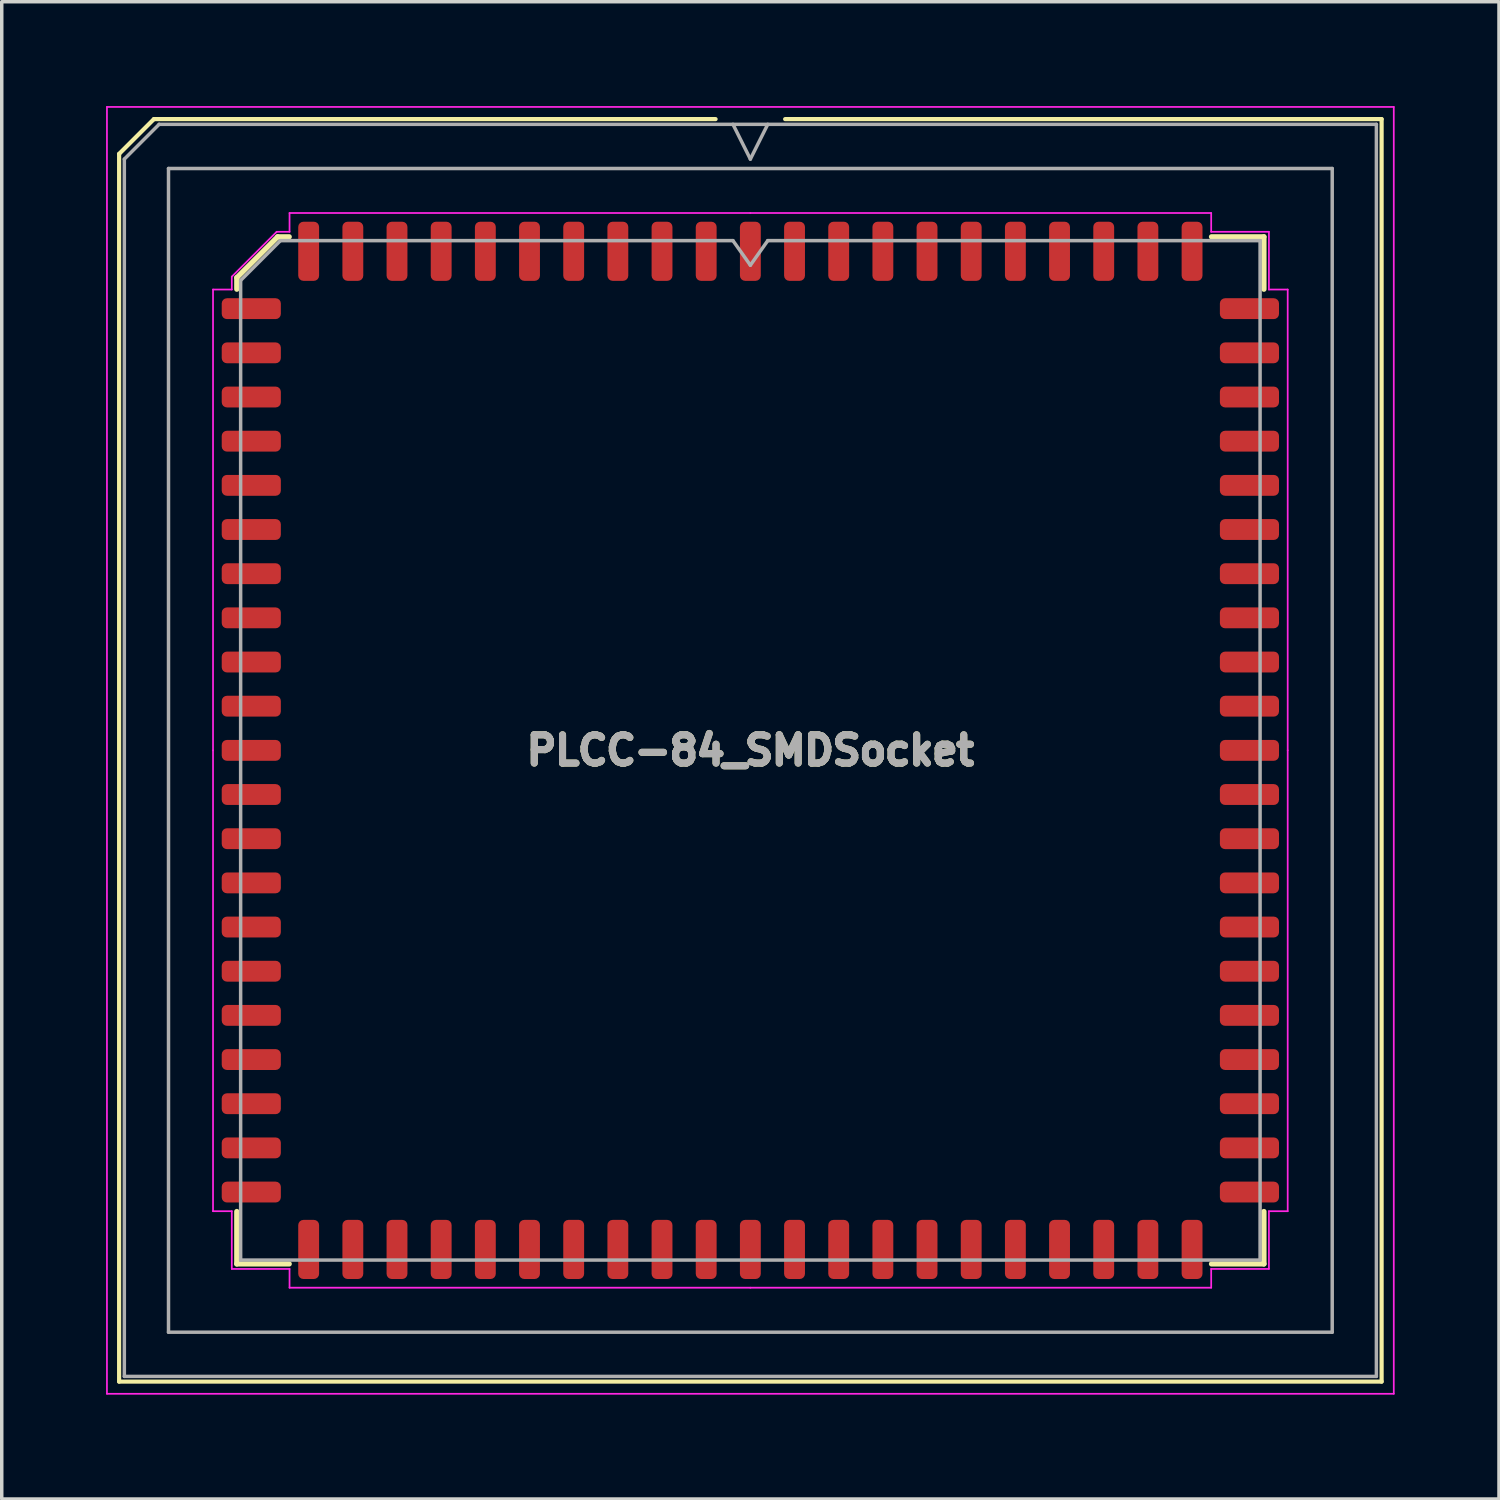
<source format=kicad_pcb>
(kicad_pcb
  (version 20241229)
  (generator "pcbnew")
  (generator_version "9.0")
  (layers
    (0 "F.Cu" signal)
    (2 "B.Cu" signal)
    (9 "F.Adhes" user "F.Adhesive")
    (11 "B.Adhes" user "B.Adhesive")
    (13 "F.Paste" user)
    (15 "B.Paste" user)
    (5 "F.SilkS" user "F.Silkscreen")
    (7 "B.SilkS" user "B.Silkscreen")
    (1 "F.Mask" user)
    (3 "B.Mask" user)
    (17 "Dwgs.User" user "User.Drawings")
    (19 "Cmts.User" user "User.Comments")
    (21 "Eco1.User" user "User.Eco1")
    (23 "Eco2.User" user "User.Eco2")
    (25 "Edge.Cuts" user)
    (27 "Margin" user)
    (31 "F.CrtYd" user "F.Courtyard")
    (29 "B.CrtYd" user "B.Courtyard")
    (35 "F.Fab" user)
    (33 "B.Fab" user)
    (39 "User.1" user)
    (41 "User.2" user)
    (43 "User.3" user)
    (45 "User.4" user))
  (footprint "PLCC-84_SMDSocket"
    (layer "F.Cu")
    (at 18.525 18.525)
    (property "Reference" "PLCC-84_SMDSocket" (at 0 0 0) (layer "F.Fab") (effects (font (size 0.813 0.813) (thickness 0.203))))
    (attr smd)
    (fp_line (start -18.15 -17.15) (end -18.15 18.15) (stroke (width 0.12) (type solid)) (layer "F.SilkS"))
    (fp_line (start -18.15 18.15) (end 18.15 18.15) (stroke (width 0.12) (type solid)) (layer "F.SilkS"))
    (fp_line (start -17.15 -18.15) (end -18.15 -17.15) (stroke (width 0.12) (type solid)) (layer "F.SilkS"))
    (fp_line (start -14.766 -13.591) (end -14.766 -13.26) (stroke (width 0.152) (type solid)) (layer "F.SilkS"))
    (fp_line (start -14.766 14.766) (end -14.766 13.26) (stroke (width 0.152) (type solid)) (layer "F.SilkS"))
    (fp_line (start -13.591 -14.766) (end -14.766 -13.591) (stroke (width 0.152) (type solid)) (layer "F.SilkS"))
    (fp_line (start -13.26 -14.766) (end -13.591 -14.766) (stroke (width 0.152) (type solid)) (layer "F.SilkS"))
    (fp_line (start -13.26 14.766) (end -14.766 14.766) (stroke (width 0.152) (type solid)) (layer "F.SilkS"))
    (fp_line (start -1 -18.15) (end -17.15 -18.15) (stroke (width 0.12) (type solid)) (layer "F.SilkS"))
    (fp_line (start 13.26 -14.766) (end 14.766 -14.766) (stroke (width 0.152) (type solid)) (layer "F.SilkS"))
    (fp_line (start 13.26 14.766) (end 14.766 14.766) (stroke (width 0.152) (type solid)) (layer "F.SilkS"))
    (fp_line (start 14.766 -14.766) (end 14.766 -13.26) (stroke (width 0.152) (type solid)) (layer "F.SilkS"))
    (fp_line (start 14.766 14.766) (end 14.766 13.26) (stroke (width 0.152) (type solid)) (layer "F.SilkS"))
    (fp_line (start 18.15 -18.15) (end 1 -18.15) (stroke (width 0.12) (type solid)) (layer "F.SilkS"))
    (fp_line (start 18.15 18.15) (end 18.15 -18.15) (stroke (width 0.12) (type solid)) (layer "F.SilkS"))
    (fp_line (start -18.5 -18.5) (end -18.5 18.5) (stroke (width 0.05) (type solid)) (layer "F.CrtYd"))
    (fp_line (start -18.5 18.5) (end 18.5 18.5) (stroke (width 0.05) (type solid)) (layer "F.CrtYd"))
    (fp_line (start -15.45 -13.25) (end -15.45 0) (stroke (width 0.05) (type solid)) (layer "F.CrtYd"))
    (fp_line (start -15.45 13.25) (end -15.45 0) (stroke (width 0.05) (type solid)) (layer "F.CrtYd"))
    (fp_line (start -14.91 -13.62) (end -14.91 -13.25) (stroke (width 0.05) (type solid)) (layer "F.CrtYd"))
    (fp_line (start -14.91 -13.25) (end -15.45 -13.25) (stroke (width 0.05) (type solid)) (layer "F.CrtYd"))
    (fp_line (start -14.91 13.25) (end -15.45 13.25) (stroke (width 0.05) (type solid)) (layer "F.CrtYd"))
    (fp_line (start -14.91 14.91) (end -14.91 13.25) (stroke (width 0.05) (type solid)) (layer "F.CrtYd"))
    (fp_line (start -13.62 -14.91) (end -14.91 -13.62) (stroke (width 0.05) (type solid)) (layer "F.CrtYd"))
    (fp_line (start -13.25 -15.45) (end -13.25 -14.91) (stroke (width 0.05) (type solid)) (layer "F.CrtYd"))
    (fp_line (start -13.25 -14.91) (end -13.62 -14.91) (stroke (width 0.05) (type solid)) (layer "F.CrtYd"))
    (fp_line (start -13.25 14.91) (end -14.91 14.91) (stroke (width 0.05) (type solid)) (layer "F.CrtYd"))
    (fp_line (start -13.25 15.45) (end -13.25 14.91) (stroke (width 0.05) (type solid)) (layer "F.CrtYd"))
    (fp_line (start 0 -15.45) (end -13.25 -15.45) (stroke (width 0.05) (type solid)) (layer "F.CrtYd"))
    (fp_line (start 0 -15.45) (end 13.25 -15.45) (stroke (width 0.05) (type solid)) (layer "F.CrtYd"))
    (fp_line (start 0 15.45) (end -13.25 15.45) (stroke (width 0.05) (type solid)) (layer "F.CrtYd"))
    (fp_line (start 0 15.45) (end 13.25 15.45) (stroke (width 0.05) (type solid)) (layer "F.CrtYd"))
    (fp_line (start 13.25 -15.45) (end 13.25 -14.91) (stroke (width 0.05) (type solid)) (layer "F.CrtYd"))
    (fp_line (start 13.25 -14.91) (end 14.91 -14.91) (stroke (width 0.05) (type solid)) (layer "F.CrtYd"))
    (fp_line (start 13.25 14.91) (end 14.91 14.91) (stroke (width 0.05) (type solid)) (layer "F.CrtYd"))
    (fp_line (start 13.25 15.45) (end 13.25 14.91) (stroke (width 0.05) (type solid)) (layer "F.CrtYd"))
    (fp_line (start 14.91 -14.91) (end 14.91 -13.25) (stroke (width 0.05) (type solid)) (layer "F.CrtYd"))
    (fp_line (start 14.91 -13.25) (end 15.45 -13.25) (stroke (width 0.05) (type solid)) (layer "F.CrtYd"))
    (fp_line (start 14.91 13.25) (end 15.45 13.25) (stroke (width 0.05) (type solid)) (layer "F.CrtYd"))
    (fp_line (start 14.91 14.91) (end 14.91 13.25) (stroke (width 0.05) (type solid)) (layer "F.CrtYd"))
    (fp_line (start 15.45 -13.25) (end 15.45 0) (stroke (width 0.05) (type solid)) (layer "F.CrtYd"))
    (fp_line (start 15.45 13.25) (end 15.45 0) (stroke (width 0.05) (type solid)) (layer "F.CrtYd"))
    (fp_line (start 18.5 -18.5) (end -18.5 -18.5) (stroke (width 0.05) (type solid)) (layer "F.CrtYd"))
    (fp_line (start 18.5 18.5) (end 18.5 -18.5) (stroke (width 0.05) (type solid)) (layer "F.CrtYd"))
    (fp_line (start -18 -17) (end -18 18) (stroke (width 0.1) (type solid)) (layer "F.Fab"))
    (fp_line (start -18 18) (end 18 18) (stroke (width 0.1) (type solid)) (layer "F.Fab"))
    (fp_line (start -17 -18) (end -18 -17) (stroke (width 0.1) (type solid)) (layer "F.Fab"))
    (fp_line (start -16.73 -16.73) (end -16.73 16.73) (stroke (width 0.1) (type solid)) (layer "F.Fab"))
    (fp_line (start -16.73 16.73) (end 16.73 16.73) (stroke (width 0.1) (type solid)) (layer "F.Fab"))
    (fp_line (start -14.656 -13.513) (end -13.513 -14.656) (stroke (width 0.1) (type solid)) (layer "F.Fab"))
    (fp_line (start -14.656 14.656) (end -14.656 -13.513) (stroke (width 0.1) (type solid)) (layer "F.Fab"))
    (fp_line (start -13.513 -14.656) (end -0.5 -14.656) (stroke (width 0.1) (type solid)) (layer "F.Fab"))
    (fp_line (start -0.5 -18) (end 0 -17) (stroke (width 0.1) (type solid)) (layer "F.Fab"))
    (fp_line (start -0.5 -14.656) (end 0 -13.949) (stroke (width 0.1) (type solid)) (layer "F.Fab"))
    (fp_line (start 0 -17) (end 0.5 -18) (stroke (width 0.1) (type solid)) (layer "F.Fab"))
    (fp_line (start 0 -13.949) (end 0.5 -14.656) (stroke (width 0.1) (type solid)) (layer "F.Fab"))
    (fp_line (start 0.5 -14.656) (end 14.656 -14.656) (stroke (width 0.1) (type solid)) (layer "F.Fab"))
    (fp_line (start 14.656 -14.656) (end 14.656 14.656) (stroke (width 0.1) (type solid)) (layer "F.Fab"))
    (fp_line (start 14.656 14.656) (end -14.656 14.656) (stroke (width 0.1) (type solid)) (layer "F.Fab"))
    (fp_line (start 16.73 -16.73) (end -16.73 -16.73) (stroke (width 0.1) (type solid)) (layer "F.Fab"))
    (fp_line (start 16.73 16.73) (end 16.73 -16.73) (stroke (width 0.1) (type solid)) (layer "F.Fab"))
    (fp_line (start 18 -18) (end -17 -18) (stroke (width 0.1) (type solid)) (layer "F.Fab"))
    (fp_line (start 18 18) (end 18 -18) (stroke (width 0.1) (type solid)) (layer "F.Fab"))
    (fp_text user "${REFERENCE}" (at 0 0 0) (layer "F.SilkS") (effects (font (size 0.813 0.813) (thickness 0.203))))
    (pad "1" smd roundrect (at 0 -14.35) (size 0.6 1.7) (layers "F.Cu" "F.Mask" "F.Paste") (roundrect_rratio 0.25))
    (pad "2" smd roundrect (at -1.27 -14.35) (size 0.6 1.7) (layers "F.Cu" "F.Mask" "F.Paste") (roundrect_rratio 0.25))
    (pad "3" smd roundrect (at -2.54 -14.35) (size 0.6 1.7) (layers "F.Cu" "F.Mask" "F.Paste") (roundrect_rratio 0.25))
    (pad "4" smd roundrect (at -3.81 -14.35) (size 0.6 1.7) (layers "F.Cu" "F.Mask" "F.Paste") (roundrect_rratio 0.25))
    (pad "5" smd roundrect (at -5.08 -14.35) (size 0.6 1.7) (layers "F.Cu" "F.Mask" "F.Paste") (roundrect_rratio 0.25))
    (pad "6" smd roundrect (at -6.35 -14.35) (size 0.6 1.7) (layers "F.Cu" "F.Mask" "F.Paste") (roundrect_rratio 0.25))
    (pad "7" smd roundrect (at -7.62 -14.35) (size 0.6 1.7) (layers "F.Cu" "F.Mask" "F.Paste") (roundrect_rratio 0.25))
    (pad "8" smd roundrect (at -8.89 -14.35) (size 0.6 1.7) (layers "F.Cu" "F.Mask" "F.Paste") (roundrect_rratio 0.25))
    (pad "9" smd roundrect (at -10.16 -14.35) (size 0.6 1.7) (layers "F.Cu" "F.Mask" "F.Paste") (roundrect_rratio 0.25))
    (pad "10" smd roundrect (at -11.43 -14.35) (size 0.6 1.7) (layers "F.Cu" "F.Mask" "F.Paste") (roundrect_rratio 0.25))
    (pad "11" smd roundrect (at -12.7 -14.35) (size 0.6 1.7) (layers "F.Cu" "F.Mask" "F.Paste") (roundrect_rratio 0.25))
    (pad "12" smd roundrect (at -14.35 -12.7) (size 1.7 0.6) (layers "F.Cu" "F.Mask" "F.Paste") (roundrect_rratio 0.25))
    (pad "13" smd roundrect (at -14.35 -11.43) (size 1.7 0.6) (layers "F.Cu" "F.Mask" "F.Paste") (roundrect_rratio 0.25))
    (pad "14" smd roundrect (at -14.35 -10.16) (size 1.7 0.6) (layers "F.Cu" "F.Mask" "F.Paste") (roundrect_rratio 0.25))
    (pad "15" smd roundrect (at -14.35 -8.89) (size 1.7 0.6) (layers "F.Cu" "F.Mask" "F.Paste") (roundrect_rratio 0.25))
    (pad "16" smd roundrect (at -14.35 -7.62) (size 1.7 0.6) (layers "F.Cu" "F.Mask" "F.Paste") (roundrect_rratio 0.25))
    (pad "17" smd roundrect (at -14.35 -6.35) (size 1.7 0.6) (layers "F.Cu" "F.Mask" "F.Paste") (roundrect_rratio 0.25))
    (pad "18" smd roundrect (at -14.35 -5.08) (size 1.7 0.6) (layers "F.Cu" "F.Mask" "F.Paste") (roundrect_rratio 0.25))
    (pad "19" smd roundrect (at -14.35 -3.81) (size 1.7 0.6) (layers "F.Cu" "F.Mask" "F.Paste") (roundrect_rratio 0.25))
    (pad "20" smd roundrect (at -14.35 -2.54) (size 1.7 0.6) (layers "F.Cu" "F.Mask" "F.Paste") (roundrect_rratio 0.25))
    (pad "21" smd roundrect (at -14.35 -1.27) (size 1.7 0.6) (layers "F.Cu" "F.Mask" "F.Paste") (roundrect_rratio 0.25))
    (pad "22" smd roundrect (at -14.35 0) (size 1.7 0.6) (layers "F.Cu" "F.Mask" "F.Paste") (roundrect_rratio 0.25))
    (pad "23" smd roundrect (at -14.35 1.27) (size 1.7 0.6) (layers "F.Cu" "F.Mask" "F.Paste") (roundrect_rratio 0.25))
    (pad "24" smd roundrect (at -14.35 2.54) (size 1.7 0.6) (layers "F.Cu" "F.Mask" "F.Paste") (roundrect_rratio 0.25))
    (pad "25" smd roundrect (at -14.35 3.81) (size 1.7 0.6) (layers "F.Cu" "F.Mask" "F.Paste") (roundrect_rratio 0.25))
    (pad "26" smd roundrect (at -14.35 5.08) (size 1.7 0.6) (layers "F.Cu" "F.Mask" "F.Paste") (roundrect_rratio 0.25))
    (pad "27" smd roundrect (at -14.35 6.35) (size 1.7 0.6) (layers "F.Cu" "F.Mask" "F.Paste") (roundrect_rratio 0.25))
    (pad "28" smd roundrect (at -14.35 7.62) (size 1.7 0.6) (layers "F.Cu" "F.Mask" "F.Paste") (roundrect_rratio 0.25))
    (pad "29" smd roundrect (at -14.35 8.89) (size 1.7 0.6) (layers "F.Cu" "F.Mask" "F.Paste") (roundrect_rratio 0.25))
    (pad "30" smd roundrect (at -14.35 10.16) (size 1.7 0.6) (layers "F.Cu" "F.Mask" "F.Paste") (roundrect_rratio 0.25))
    (pad "31" smd roundrect (at -14.35 11.43) (size 1.7 0.6) (layers "F.Cu" "F.Mask" "F.Paste") (roundrect_rratio 0.25))
    (pad "32" smd roundrect (at -14.35 12.7) (size 1.7 0.6) (layers "F.Cu" "F.Mask" "F.Paste") (roundrect_rratio 0.25))
    (pad "33" smd roundrect (at -12.7 14.35) (size 0.6 1.7) (layers "F.Cu" "F.Mask" "F.Paste") (roundrect_rratio 0.25))
    (pad "34" smd roundrect (at -11.43 14.35) (size 0.6 1.7) (layers "F.Cu" "F.Mask" "F.Paste") (roundrect_rratio 0.25))
    (pad "35" smd roundrect (at -10.16 14.35) (size 0.6 1.7) (layers "F.Cu" "F.Mask" "F.Paste") (roundrect_rratio 0.25))
    (pad "36" smd roundrect (at -8.89 14.35) (size 0.6 1.7) (layers "F.Cu" "F.Mask" "F.Paste") (roundrect_rratio 0.25))
    (pad "37" smd roundrect (at -7.62 14.35) (size 0.6 1.7) (layers "F.Cu" "F.Mask" "F.Paste") (roundrect_rratio 0.25))
    (pad "38" smd roundrect (at -6.35 14.35) (size 0.6 1.7) (layers "F.Cu" "F.Mask" "F.Paste") (roundrect_rratio 0.25))
    (pad "39" smd roundrect (at -5.08 14.35) (size 0.6 1.7) (layers "F.Cu" "F.Mask" "F.Paste") (roundrect_rratio 0.25))
    (pad "40" smd roundrect (at -3.81 14.35) (size 0.6 1.7) (layers "F.Cu" "F.Mask" "F.Paste") (roundrect_rratio 0.25))
    (pad "41" smd roundrect (at -2.54 14.35) (size 0.6 1.7) (layers "F.Cu" "F.Mask" "F.Paste") (roundrect_rratio 0.25))
    (pad "42" smd roundrect (at -1.27 14.35) (size 0.6 1.7) (layers "F.Cu" "F.Mask" "F.Paste") (roundrect_rratio 0.25))
    (pad "43" smd roundrect (at 0 14.35) (size 0.6 1.7) (layers "F.Cu" "F.Mask" "F.Paste") (roundrect_rratio 0.25))
    (pad "44" smd roundrect (at 1.27 14.35) (size 0.6 1.7) (layers "F.Cu" "F.Mask" "F.Paste") (roundrect_rratio 0.25))
    (pad "45" smd roundrect (at 2.54 14.35) (size 0.6 1.7) (layers "F.Cu" "F.Mask" "F.Paste") (roundrect_rratio 0.25))
    (pad "46" smd roundrect (at 3.81 14.35) (size 0.6 1.7) (layers "F.Cu" "F.Mask" "F.Paste") (roundrect_rratio 0.25))
    (pad "47" smd roundrect (at 5.08 14.35) (size 0.6 1.7) (layers "F.Cu" "F.Mask" "F.Paste") (roundrect_rratio 0.25))
    (pad "48" smd roundrect (at 6.35 14.35) (size 0.6 1.7) (layers "F.Cu" "F.Mask" "F.Paste") (roundrect_rratio 0.25))
    (pad "49" smd roundrect (at 7.62 14.35) (size 0.6 1.7) (layers "F.Cu" "F.Mask" "F.Paste") (roundrect_rratio 0.25))
    (pad "50" smd roundrect (at 8.89 14.35) (size 0.6 1.7) (layers "F.Cu" "F.Mask" "F.Paste") (roundrect_rratio 0.25))
    (pad "51" smd roundrect (at 10.16 14.35) (size 0.6 1.7) (layers "F.Cu" "F.Mask" "F.Paste") (roundrect_rratio 0.25))
    (pad "52" smd roundrect (at 11.43 14.35) (size 0.6 1.7) (layers "F.Cu" "F.Mask" "F.Paste") (roundrect_rratio 0.25))
    (pad "53" smd roundrect (at 12.7 14.35) (size 0.6 1.7) (layers "F.Cu" "F.Mask" "F.Paste") (roundrect_rratio 0.25))
    (pad "54" smd roundrect (at 14.35 12.7) (size 1.7 0.6) (layers "F.Cu" "F.Mask" "F.Paste") (roundrect_rratio 0.25))
    (pad "55" smd roundrect (at 14.35 11.43) (size 1.7 0.6) (layers "F.Cu" "F.Mask" "F.Paste") (roundrect_rratio 0.25))
    (pad "56" smd roundrect (at 14.35 10.16) (size 1.7 0.6) (layers "F.Cu" "F.Mask" "F.Paste") (roundrect_rratio 0.25))
    (pad "57" smd roundrect (at 14.35 8.89) (size 1.7 0.6) (layers "F.Cu" "F.Mask" "F.Paste") (roundrect_rratio 0.25))
    (pad "58" smd roundrect (at 14.35 7.62) (size 1.7 0.6) (layers "F.Cu" "F.Mask" "F.Paste") (roundrect_rratio 0.25))
    (pad "59" smd roundrect (at 14.35 6.35) (size 1.7 0.6) (layers "F.Cu" "F.Mask" "F.Paste") (roundrect_rratio 0.25))
    (pad "60" smd roundrect (at 14.35 5.08) (size 1.7 0.6) (layers "F.Cu" "F.Mask" "F.Paste") (roundrect_rratio 0.25))
    (pad "61" smd roundrect (at 14.35 3.81) (size 1.7 0.6) (layers "F.Cu" "F.Mask" "F.Paste") (roundrect_rratio 0.25))
    (pad "62" smd roundrect (at 14.35 2.54) (size 1.7 0.6) (layers "F.Cu" "F.Mask" "F.Paste") (roundrect_rratio 0.25))
    (pad "63" smd roundrect (at 14.35 1.27) (size 1.7 0.6) (layers "F.Cu" "F.Mask" "F.Paste") (roundrect_rratio 0.25))
    (pad "64" smd roundrect (at 14.35 0) (size 1.7 0.6) (layers "F.Cu" "F.Mask" "F.Paste") (roundrect_rratio 0.25))
    (pad "65" smd roundrect (at 14.35 -1.27) (size 1.7 0.6) (layers "F.Cu" "F.Mask" "F.Paste") (roundrect_rratio 0.25))
    (pad "66" smd roundrect (at 14.35 -2.54) (size 1.7 0.6) (layers "F.Cu" "F.Mask" "F.Paste") (roundrect_rratio 0.25))
    (pad "67" smd roundrect (at 14.35 -3.81) (size 1.7 0.6) (layers "F.Cu" "F.Mask" "F.Paste") (roundrect_rratio 0.25))
    (pad "68" smd roundrect (at 14.35 -5.08) (size 1.7 0.6) (layers "F.Cu" "F.Mask" "F.Paste") (roundrect_rratio 0.25))
    (pad "69" smd roundrect (at 14.35 -6.35) (size 1.7 0.6) (layers "F.Cu" "F.Mask" "F.Paste") (roundrect_rratio 0.25))
    (pad "70" smd roundrect (at 14.35 -7.62) (size 1.7 0.6) (layers "F.Cu" "F.Mask" "F.Paste") (roundrect_rratio 0.25))
    (pad "71" smd roundrect (at 14.35 -8.89) (size 1.7 0.6) (layers "F.Cu" "F.Mask" "F.Paste") (roundrect_rratio 0.25))
    (pad "72" smd roundrect (at 14.35 -10.16) (size 1.7 0.6) (layers "F.Cu" "F.Mask" "F.Paste") (roundrect_rratio 0.25))
    (pad "73" smd roundrect (at 14.35 -11.43) (size 1.7 0.6) (layers "F.Cu" "F.Mask" "F.Paste") (roundrect_rratio 0.25))
    (pad "74" smd roundrect (at 14.35 -12.7) (size 1.7 0.6) (layers "F.Cu" "F.Mask" "F.Paste") (roundrect_rratio 0.25))
    (pad "75" smd roundrect (at 12.7 -14.35) (size 0.6 1.7) (layers "F.Cu" "F.Mask" "F.Paste") (roundrect_rratio 0.25))
    (pad "76" smd roundrect (at 11.43 -14.35) (size 0.6 1.7) (layers "F.Cu" "F.Mask" "F.Paste") (roundrect_rratio 0.25))
    (pad "77" smd roundrect (at 10.16 -14.35) (size 0.6 1.7) (layers "F.Cu" "F.Mask" "F.Paste") (roundrect_rratio 0.25))
    (pad "78" smd roundrect (at 8.89 -14.35) (size 0.6 1.7) (layers "F.Cu" "F.Mask" "F.Paste") (roundrect_rratio 0.25))
    (pad "79" smd roundrect (at 7.62 -14.35) (size 0.6 1.7) (layers "F.Cu" "F.Mask" "F.Paste") (roundrect_rratio 0.25))
    (pad "80" smd roundrect (at 6.35 -14.35) (size 0.6 1.7) (layers "F.Cu" "F.Mask" "F.Paste") (roundrect_rratio 0.25))
    (pad "81" smd roundrect (at 5.08 -14.35) (size 0.6 1.7) (layers "F.Cu" "F.Mask" "F.Paste") (roundrect_rratio 0.25))
    (pad "82" smd roundrect (at 3.81 -14.35) (size 0.6 1.7) (layers "F.Cu" "F.Mask" "F.Paste") (roundrect_rratio 0.25))
    (pad "83" smd roundrect (at 2.54 -14.35) (size 0.6 1.7) (layers "F.Cu" "F.Mask" "F.Paste") (roundrect_rratio 0.25))
    (pad "84" smd roundrect (at 1.27 -14.35) (size 0.6 1.7) (layers "F.Cu" "F.Mask" "F.Paste") (roundrect_rratio 0.25)))
  (gr_rect
    (start -3 -3)
    (end 40.05 40.05)
    (stroke (width 0.1) (type default))
    (fill no)
    (layer "Edge.Cuts")))
</source>
